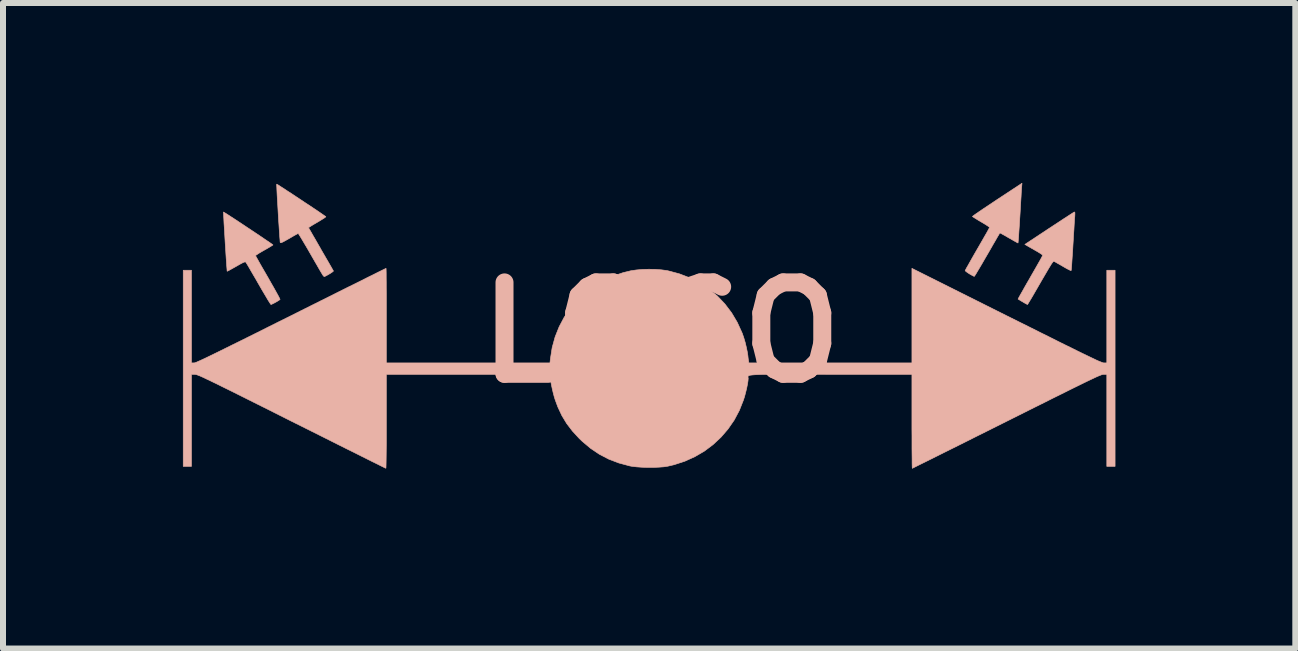
<source format=kicad_pcb>
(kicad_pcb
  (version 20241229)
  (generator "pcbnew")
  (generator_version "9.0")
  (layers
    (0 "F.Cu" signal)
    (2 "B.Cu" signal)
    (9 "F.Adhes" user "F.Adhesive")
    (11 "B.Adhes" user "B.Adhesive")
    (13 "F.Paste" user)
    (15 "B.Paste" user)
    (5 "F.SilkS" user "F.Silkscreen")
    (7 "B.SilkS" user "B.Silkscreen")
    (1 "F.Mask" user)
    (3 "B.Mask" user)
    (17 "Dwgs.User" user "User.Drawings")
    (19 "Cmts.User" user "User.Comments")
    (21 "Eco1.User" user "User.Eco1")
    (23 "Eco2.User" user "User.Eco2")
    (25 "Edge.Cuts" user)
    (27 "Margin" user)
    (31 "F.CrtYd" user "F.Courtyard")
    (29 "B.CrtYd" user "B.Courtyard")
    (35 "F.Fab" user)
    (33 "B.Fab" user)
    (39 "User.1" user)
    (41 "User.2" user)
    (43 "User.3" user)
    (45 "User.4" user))
  (footprint "LOGO"
    (layer "F.Cu")
    (at 7.974 2.493)
    (property "Reference" "LOGO" (at 0 0 0) (layer "B.SilkS") (effects (font (size 1.524 1.524) (thickness 0.3))))
    (attr through_hole)
    (fp_poly (pts (xy 6.008 -2.406) (xy 6.006 -2.376) (xy 6.003 -2.329) (xy 6 -2.266) (xy 5.995 -2.191) (xy 5.99 -2.106) (xy 5.985 -2.015) (xy 5.979 -1.919) (xy 5.978 -1.908) (xy 5.973 -1.816) (xy 5.967 -1.732) (xy 5.962 -1.657) (xy 5.958 -1.593) (xy 5.954 -1.543) (xy 5.951 -1.509) (xy 5.949 -1.493) (xy 5.948 -1.492) (xy 5.937 -1.497) (xy 5.912 -1.511) (xy 5.874 -1.532) (xy 5.828 -1.559) (xy 5.795 -1.577) (xy 5.746 -1.606) (xy 5.703 -1.63) (xy 5.67 -1.648) (xy 5.65 -1.658) (xy 5.646 -1.659) (xy 5.64 -1.65) (xy 5.625 -1.624) (xy 5.601 -1.584) (xy 5.571 -1.531) (xy 5.534 -1.468) (xy 5.493 -1.396) (xy 5.448 -1.318) (xy 5.435 -1.296) (xy 5.389 -1.217) (xy 5.347 -1.144) (xy 5.308 -1.078) (xy 5.275 -1.023) (xy 5.249 -0.979) (xy 5.23 -0.949) (xy 5.221 -0.936) (xy 5.22 -0.935) (xy 5.208 -0.939) (xy 5.183 -0.952) (xy 5.149 -0.971) (xy 5.139 -0.977) (xy 5.105 -0.999) (xy 5.08 -1.018) (xy 5.068 -1.03) (xy 5.068 -1.032) (xy 5.074 -1.043) (xy 5.088 -1.071) (xy 5.112 -1.112) (xy 5.142 -1.166) (xy 5.178 -1.23) (xy 5.219 -1.302) (xy 5.264 -1.38) (xy 5.271 -1.392) (xy 5.316 -1.47) (xy 5.358 -1.543) (xy 5.395 -1.608) (xy 5.427 -1.663) (xy 5.451 -1.707) (xy 5.467 -1.737) (xy 5.474 -1.75) (xy 5.475 -1.751) (xy 5.467 -1.759) (xy 5.443 -1.776) (xy 5.408 -1.799) (xy 5.363 -1.826) (xy 5.334 -1.843) (xy 5.285 -1.872) (xy 5.243 -1.898) (xy 5.211 -1.918) (xy 5.192 -1.931) (xy 5.189 -1.934) (xy 5.197 -1.941) (xy 5.221 -1.959) (xy 5.259 -1.986) (xy 5.31 -2.021) (xy 5.372 -2.063) (xy 5.443 -2.11) (xy 5.521 -2.162) (xy 5.6 -2.215) (xy 6.015 -2.488) (xy 6.008 -2.406)) (stroke (width 0.01) (type solid)) (fill yes) (layer "B.SilkS"))
    (fp_poly (pts (xy 6.894 -2.007) (xy 6.897 -1.996) (xy 6.897 -1.971) (xy 6.895 -1.93) (xy 6.892 -1.9) (xy 6.889 -1.853) (xy 6.885 -1.79) (xy 6.881 -1.714) (xy 6.875 -1.63) (xy 6.87 -1.539) (xy 6.864 -1.444) (xy 6.864 -1.442) (xy 6.859 -1.351) (xy 6.853 -1.268) (xy 6.848 -1.193) (xy 6.844 -1.13) (xy 6.84 -1.08) (xy 6.837 -1.047) (xy 6.834 -1.032) (xy 6.834 -1.031) (xy 6.823 -1.034) (xy 6.798 -1.046) (xy 6.761 -1.065) (xy 6.717 -1.09) (xy 6.702 -1.099) (xy 6.654 -1.127) (xy 6.611 -1.151) (xy 6.577 -1.171) (xy 6.556 -1.182) (xy 6.554 -1.184) (xy 6.548 -1.186) (xy 6.541 -1.184) (xy 6.532 -1.177) (xy 6.521 -1.163) (xy 6.505 -1.141) (xy 6.485 -1.108) (xy 6.458 -1.064) (xy 6.424 -1.006) (xy 6.382 -0.934) (xy 6.33 -0.845) (xy 6.322 -0.831) (xy 6.276 -0.751) (xy 6.233 -0.677) (xy 6.195 -0.611) (xy 6.162 -0.555) (xy 6.135 -0.511) (xy 6.117 -0.481) (xy 6.108 -0.467) (xy 6.107 -0.466) (xy 6.096 -0.471) (xy 6.071 -0.484) (xy 6.038 -0.503) (xy 6.027 -0.51) (xy 5.992 -0.53) (xy 5.966 -0.547) (xy 5.951 -0.556) (xy 5.95 -0.556) (xy 5.954 -0.566) (xy 5.968 -0.592) (xy 5.99 -0.632) (xy 6.02 -0.684) (xy 6.055 -0.747) (xy 6.096 -0.819) (xy 6.141 -0.896) (xy 6.153 -0.918) (xy 6.199 -0.998) (xy 6.241 -1.071) (xy 6.279 -1.138) (xy 6.311 -1.194) (xy 6.336 -1.239) (xy 6.352 -1.27) (xy 6.36 -1.286) (xy 6.36 -1.287) (xy 6.352 -1.296) (xy 6.329 -1.313) (xy 6.296 -1.333) (xy 6.284 -1.341) (xy 6.235 -1.369) (xy 6.181 -1.4) (xy 6.135 -1.426) (xy 6.063 -1.468) (xy 6.467 -1.735) (xy 6.551 -1.79) (xy 6.629 -1.841) (xy 6.7 -1.888) (xy 6.762 -1.928) (xy 6.814 -1.962) (xy 6.853 -1.987) (xy 6.878 -2.003) (xy 6.886 -2.008) (xy 6.894 -2.007)) (stroke (width 0.01) (type solid)) (fill yes) (layer "B.SilkS"))
    (fp_poly (pts (xy -7.289 -2.003) (xy -7.264 -1.988) (xy -7.226 -1.964) (xy -7.177 -1.932) (xy -7.118 -1.894) (xy -7.053 -1.851) (xy -6.983 -1.805) (xy -6.91 -1.756) (xy -6.836 -1.707) (xy -6.764 -1.659) (xy -6.695 -1.613) (xy -6.632 -1.57) (xy -6.576 -1.532) (xy -6.53 -1.501) (xy -6.497 -1.478) (xy -6.477 -1.463) (xy -6.473 -1.459) (xy -6.483 -1.452) (xy -6.508 -1.436) (xy -6.545 -1.414) (xy -6.591 -1.387) (xy -6.62 -1.371) (xy -6.669 -1.343) (xy -6.711 -1.318) (xy -6.742 -1.297) (xy -6.76 -1.285) (xy -6.763 -1.281) (xy -6.758 -1.27) (xy -6.743 -1.243) (xy -6.72 -1.202) (xy -6.69 -1.148) (xy -6.654 -1.085) (xy -6.612 -1.013) (xy -6.567 -0.935) (xy -6.556 -0.916) (xy -6.511 -0.836) (xy -6.469 -0.763) (xy -6.432 -0.697) (xy -6.401 -0.641) (xy -6.377 -0.597) (xy -6.362 -0.566) (xy -6.355 -0.551) (xy -6.355 -0.55) (xy -6.367 -0.541) (xy -6.392 -0.525) (xy -6.424 -0.506) (xy -6.457 -0.488) (xy -6.486 -0.474) (xy -6.504 -0.466) (xy -6.506 -0.466) (xy -6.514 -0.475) (xy -6.53 -0.5) (xy -6.555 -0.539) (xy -6.586 -0.592) (xy -6.623 -0.654) (xy -6.665 -0.725) (xy -6.709 -0.802) (xy -6.715 -0.812) (xy -6.76 -0.891) (xy -6.803 -0.964) (xy -6.841 -1.029) (xy -6.873 -1.085) (xy -6.899 -1.129) (xy -6.918 -1.159) (xy -6.927 -1.173) (xy -6.927 -1.173) (xy -6.935 -1.177) (xy -6.949 -1.174) (xy -6.972 -1.165) (xy -7.007 -1.147) (xy -7.055 -1.12) (xy -7.086 -1.102) (xy -7.136 -1.074) (xy -7.179 -1.05) (xy -7.212 -1.032) (xy -7.232 -1.022) (xy -7.237 -1.021) (xy -7.238 -1.032) (xy -7.24 -1.061) (xy -7.244 -1.107) (xy -7.248 -1.166) (xy -7.253 -1.236) (xy -7.258 -1.314) (xy -7.263 -1.398) (xy -7.269 -1.486) (xy -7.274 -1.574) (xy -7.279 -1.661) (xy -7.284 -1.744) (xy -7.289 -1.819) (xy -7.292 -1.886) (xy -7.295 -1.94) (xy -7.297 -1.98) (xy -7.298 -2.003) (xy -7.298 -2.008) (xy -7.289 -2.003)) (stroke (width 0.01) (type solid)) (fill yes) (layer "B.SilkS"))
    (fp_poly (pts (xy -6.401 -2.468) (xy -6.376 -2.453) (xy -6.338 -2.428) (xy -6.289 -2.397) (xy -6.231 -2.358) (xy -6.165 -2.316) (xy -6.095 -2.269) (xy -6.022 -2.221) (xy -5.949 -2.172) (xy -5.877 -2.125) (xy -5.808 -2.079) (xy -5.745 -2.037) (xy -5.691 -2) (xy -5.646 -1.969) (xy -5.613 -1.946) (xy -5.594 -1.933) (xy -5.591 -1.93) (xy -5.599 -1.922) (xy -5.622 -1.905) (xy -5.658 -1.883) (xy -5.703 -1.855) (xy -5.735 -1.836) (xy -5.785 -1.807) (xy -5.827 -1.782) (xy -5.858 -1.762) (xy -5.876 -1.75) (xy -5.88 -1.746) (xy -5.874 -1.736) (xy -5.859 -1.71) (xy -5.835 -1.669) (xy -5.805 -1.616) (xy -5.768 -1.553) (xy -5.727 -1.481) (xy -5.682 -1.403) (xy -5.673 -1.386) (xy -5.627 -1.307) (xy -5.585 -1.234) (xy -5.547 -1.169) (xy -5.515 -1.113) (xy -5.49 -1.069) (xy -5.473 -1.039) (xy -5.465 -1.025) (xy -5.465 -1.025) (xy -5.471 -1.017) (xy -5.491 -1.002) (xy -5.52 -0.983) (xy -5.552 -0.964) (xy -5.583 -0.947) (xy -5.607 -0.935) (xy -5.618 -0.931) (xy -5.629 -0.94) (xy -5.645 -0.96) (xy -5.649 -0.966) (xy -5.658 -0.983) (xy -5.678 -1.016) (xy -5.705 -1.062) (xy -5.738 -1.12) (xy -5.777 -1.187) (xy -5.819 -1.26) (xy -5.857 -1.326) (xy -5.9 -1.401) (xy -5.941 -1.47) (xy -5.977 -1.531) (xy -6.007 -1.581) (xy -6.031 -1.62) (xy -6.046 -1.643) (xy -6.052 -1.651) (xy -6.063 -1.646) (xy -6.089 -1.632) (xy -6.127 -1.611) (xy -6.173 -1.584) (xy -6.202 -1.567) (xy -6.257 -1.536) (xy -6.297 -1.514) (xy -6.324 -1.501) (xy -6.34 -1.496) (xy -6.349 -1.498) (xy -6.352 -1.501) (xy -6.354 -1.515) (xy -6.356 -1.546) (xy -6.36 -1.593) (xy -6.364 -1.654) (xy -6.369 -1.725) (xy -6.374 -1.804) (xy -6.38 -1.888) (xy -6.385 -1.976) (xy -6.39 -2.063) (xy -6.395 -2.149) (xy -6.4 -2.229) (xy -6.404 -2.303) (xy -6.407 -2.366) (xy -6.409 -2.417) (xy -6.411 -2.453) (xy -6.411 -2.471) (xy -6.41 -2.473) (xy -6.401 -2.468)) (stroke (width 0.01) (type solid)) (fill yes) (layer "B.SilkS"))
    (fp_poly (pts (xy -4.587 -1.059) (xy -4.586 -1.029) (xy -4.585 -0.981) (xy -4.585 -0.917) (xy -4.584 -0.839) (xy -4.584 -0.747) (xy -4.583 -0.644) (xy -4.583 -0.532) (xy -4.583 -0.411) (xy -4.583 -0.284) (xy -4.583 0.508) (xy -1.855 0.508) (xy -1.847 0.437) (xy -1.818 0.252) (xy -1.769 0.074) (xy -1.702 -0.094) (xy -1.618 -0.253) (xy -1.518 -0.401) (xy -1.403 -0.536) (xy -1.273 -0.659) (xy -1.13 -0.768) (xy -0.975 -0.861) (xy -0.809 -0.938) (xy -0.633 -0.998) (xy -0.505 -1.029) (xy -0.416 -1.042) (xy -0.314 -1.051) (xy -0.205 -1.054) (xy -0.096 -1.052) (xy 0.006 -1.044) (xy 0.096 -1.032) (xy 0.114 -1.028) (xy 0.302 -0.978) (xy 0.479 -0.91) (xy 0.644 -0.825) (xy 0.797 -0.724) (xy 0.937 -0.607) (xy 1.062 -0.475) (xy 1.173 -0.329) (xy 1.268 -0.169) (xy 1.347 0.004) (xy 1.351 0.013) (xy 1.376 0.085) (xy 1.4 0.166) (xy 1.42 0.25) (xy 1.436 0.328) (xy 1.445 0.386) (xy 1.449 0.426) (xy 1.454 0.462) (xy 1.457 0.479) (xy 1.462 0.508) (xy 4.18 0.508) (xy 4.18 -1.069) (xy 5.757 -0.28) (xy 5.962 -0.178) (xy 6.149 -0.085) (xy 6.318 -0.000249) (xy 6.472 0.076) (xy 6.609 0.145) (xy 6.732 0.206) (xy 6.841 0.259) (xy 6.937 0.307) (xy 7.021 0.348) (xy 7.094 0.383) (xy 7.156 0.413) (xy 7.209 0.438) (xy 7.252 0.459) (xy 7.288 0.475) (xy 7.317 0.487) (xy 7.34 0.496) (xy 7.357 0.503) (xy 7.37 0.506) (xy 7.379 0.508) (xy 7.382 0.508) (xy 7.429 0.508) (xy 7.429 -1.037) (xy 7.567 -1.037) (xy 7.567 2.233) (xy 7.429 2.233) (xy 7.429 0.699) (xy 7.377 0.699) (xy 7.369 0.699) (xy 7.359 0.701) (xy 7.346 0.704) (xy 7.33 0.71) (xy 7.31 0.718) (xy 7.283 0.729) (xy 7.251 0.743) (xy 7.211 0.762) (xy 7.164 0.784) (xy 7.107 0.811) (xy 7.041 0.843) (xy 6.964 0.881) (xy 6.876 0.924) (xy 6.775 0.974) (xy 6.661 1.031) (xy 6.533 1.094) (xy 6.39 1.166) (xy 6.231 1.245) (xy 6.055 1.333) (xy 5.861 1.43) (xy 5.757 1.482) (xy 5.587 1.567) (xy 5.421 1.65) (xy 5.262 1.729) (xy 5.109 1.806) (xy 4.965 1.878) (xy 4.83 1.945) (xy 4.705 2.007) (xy 4.591 2.064) (xy 4.489 2.115) (xy 4.4 2.159) (xy 4.325 2.196) (xy 4.265 2.226) (xy 4.221 2.248) (xy 4.195 2.261) (xy 4.186 2.265) (xy 4.185 2.255) (xy 4.184 2.225) (xy 4.183 2.177) (xy 4.183 2.113) (xy 4.182 2.035) (xy 4.181 1.943) (xy 4.181 1.84) (xy 4.181 1.728) (xy 4.18 1.608) (xy 4.18 1.482) (xy 4.18 0.699) (xy 2.822 0.699) (xy 2.622 0.698) (xy 2.443 0.698) (xy 2.283 0.698) (xy 2.141 0.698) (xy 2.016 0.699) (xy 1.907 0.699) (xy 1.813 0.699) (xy 1.732 0.7) (xy 1.664 0.701) (xy 1.608 0.703) (xy 1.562 0.705) (xy 1.525 0.708) (xy 1.497 0.711) (xy 1.477 0.714) (xy 1.463 0.719) (xy 1.454 0.724) (xy 1.449 0.73) (xy 1.447 0.736) (xy 1.447 0.744) (xy 1.448 0.752) (xy 1.45 0.762) (xy 1.45 0.768) (xy 1.447 0.808) (xy 1.438 0.864) (xy 1.425 0.929) (xy 1.408 0.999) (xy 1.39 1.068) (xy 1.371 1.127) (xy 1.303 1.299) (xy 1.217 1.461) (xy 1.114 1.61) (xy 0.996 1.747) (xy 0.864 1.87) (xy 0.719 1.979) (xy 0.561 2.071) (xy 0.393 2.147) (xy 0.215 2.205) (xy 0.109 2.23) (xy 0.043 2.24) (xy -0.039 2.246) (xy -0.13 2.25) (xy -0.227 2.25) (xy -0.322 2.247) (xy -0.41 2.241) (xy -0.487 2.232) (xy -0.525 2.225) (xy -0.707 2.176) (xy -0.875 2.112) (xy -1.032 2.03) (xy -1.179 1.931) (xy -1.319 1.813) (xy -1.366 1.768) (xy -1.48 1.644) (xy -1.577 1.517) (xy -1.657 1.384) (xy -1.724 1.241) (xy -1.768 1.122) (xy -1.785 1.067) (xy -1.802 1.002) (xy -1.818 0.933) (xy -1.832 0.866) (xy -1.843 0.804) (xy -1.85 0.753) (xy -1.852 0.724) (xy -1.852 0.699) (xy -4.583 0.699) (xy -4.583 1.482) (xy -4.583 1.608) (xy -4.583 1.729) (xy -4.583 1.841) (xy -4.584 1.943) (xy -4.585 2.035) (xy -4.586 2.113) (xy -4.587 2.177) (xy -4.588 2.224) (xy -4.589 2.254) (xy -4.591 2.264) (xy -4.601 2.26) (xy -4.629 2.246) (xy -4.674 2.224) (xy -4.735 2.193) (xy -4.811 2.156) (xy -4.901 2.111) (xy -5.003 2.06) (xy -5.118 2.002) (xy -5.244 1.94) (xy -5.38 1.872) (xy -5.525 1.799) (xy -5.677 1.723) (xy -5.837 1.643) (xy -6.003 1.56) (xy -6.16 1.482) (xy -6.361 1.381) (xy -6.545 1.288) (xy -6.712 1.205) (xy -6.862 1.13) (xy -6.998 1.062) (xy -7.118 1.002) (xy -7.225 0.949) (xy -7.319 0.903) (xy -7.401 0.862) (xy -7.472 0.828) (xy -7.533 0.798) (xy -7.585 0.774) (xy -7.628 0.753) (xy -7.664 0.737) (xy -7.693 0.724) (xy -7.717 0.715) (xy -7.735 0.708) (xy -7.75 0.703) (xy -7.761 0.701) (xy -7.77 0.699) (xy -7.776 0.699) (xy -7.832 0.699) (xy -7.832 2.233) (xy -7.969 2.233) (xy -7.969 -1.037) (xy -7.832 -1.037) (xy -7.832 0.508) (xy -7.789 0.508) (xy -7.781 0.507) (xy -7.767 0.502) (xy -7.747 0.495) (xy -7.72 0.483) (xy -7.686 0.468) (xy -7.642 0.448) (xy -7.589 0.423) (xy -7.527 0.393) (xy -7.453 0.357) (xy -7.367 0.315) (xy -7.268 0.266) (xy -7.157 0.211) (xy -7.031 0.149) (xy -6.89 0.079) (xy -6.733 0.001) (xy -6.56 -0.086) (xy -6.37 -0.181) (xy -6.17 -0.28) (xy -5.999 -0.366) (xy -5.833 -0.449) (xy -5.673 -0.529) (xy -5.52 -0.605) (xy -5.375 -0.678) (xy -5.239 -0.746) (xy -5.113 -0.808) (xy -4.998 -0.865) (xy -4.896 -0.917) (xy -4.806 -0.961) (xy -4.731 -0.999) (xy -4.67 -1.029) (xy -4.625 -1.051) (xy -4.598 -1.064) (xy -4.588 -1.069) (xy -4.587 -1.059)) (stroke (width 0.01) (type solid)) (fill yes) (layer "B.SilkS")))
  (gr_rect
    (start -3 -3)
    (end 18.546 7.763)
    (stroke (width 0.1) (type default))
    (fill no)
    (layer "Edge.Cuts")))
</source>
